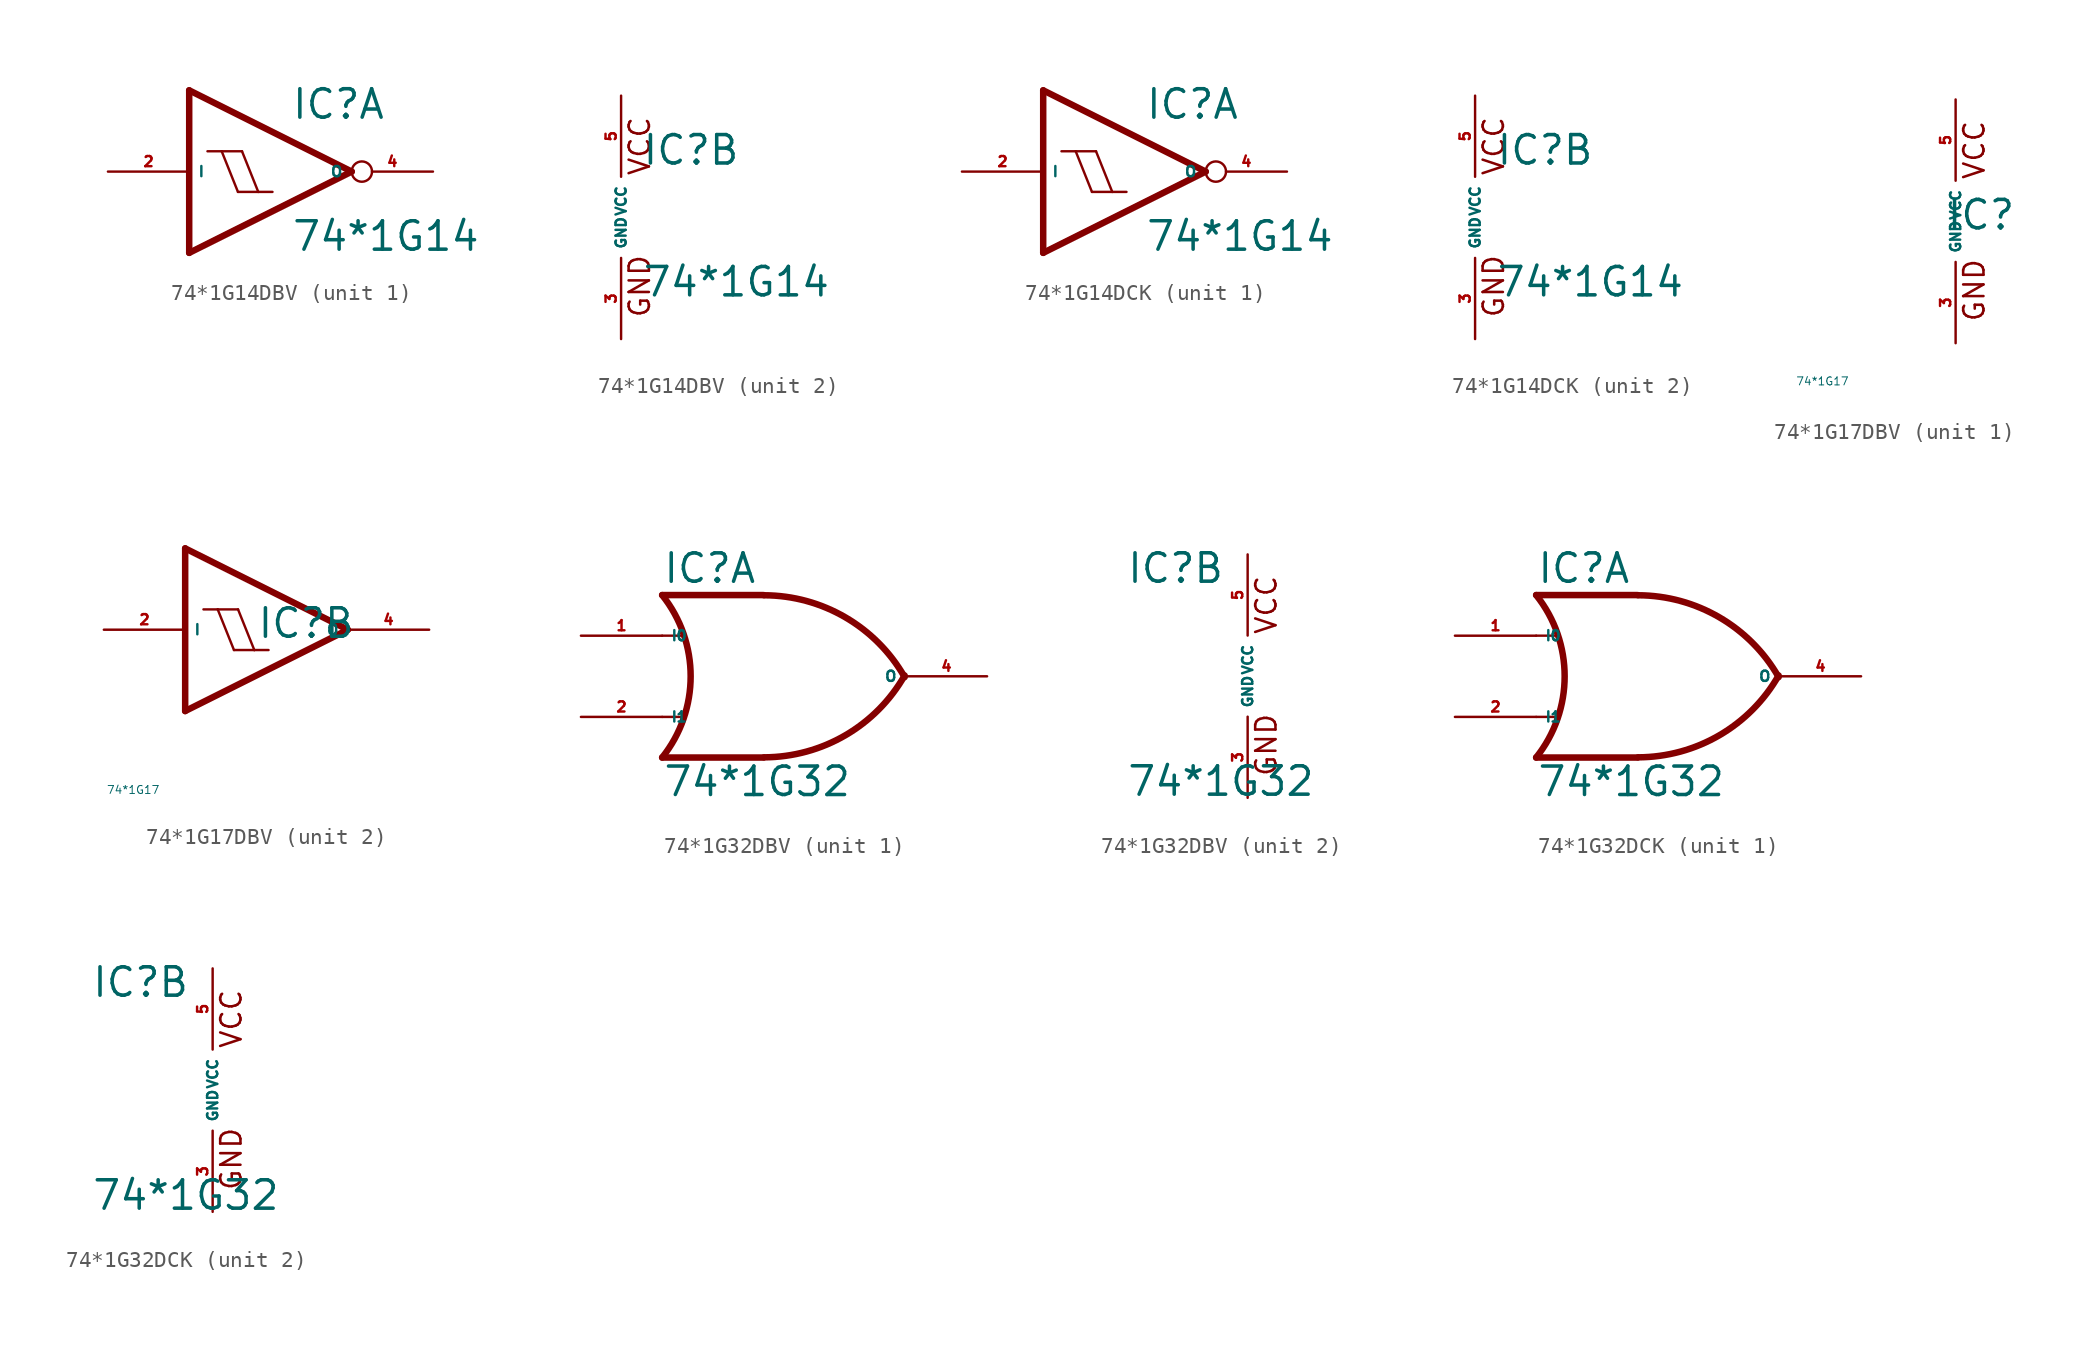
<source format=kicad_sym>
(kicad_symbol_lib
  (version 20220914)
  (generator Eagle2Kicad)
  (symbol "74*1G14DBV"
    (property "Reference" "IC"
      (at 1.27 3.175 0)
      (effects (font (size 1.778 1.778) (thickness 0.22)) (justify left bottom)))
    (property "Value" "74*1G14"
      (at 1.27 -5.08 0)
      (effects (font (size 1.778 1.778) (thickness 0.22)) (justify left bottom)))
    (symbol "74*1G14DBV_1_0"
      (polyline (pts (xy -5.08 5.08) (xy 5.08 0)) (stroke (width 0.406) (type default)) (fill (type none)))
      (polyline (pts (xy 5.08 0) (xy -5.08 -5.08)) (stroke (width 0.406) (type default)) (fill (type none)))
      (polyline (pts (xy -5.08 -5.08) (xy -5.08 5.08)) (stroke (width 0.406) (type default)) (fill (type none)))
      (polyline (pts (xy -0.762 -1.27) (xy -1.778 1.27)) (stroke (width 0.152) (type default)) (fill (type none)))
      (polyline (pts (xy -2.032 -1.27) (xy -3.048 1.27)) (stroke (width 0.152) (type default)) (fill (type none)))
      (polyline (pts (xy -2.032 -1.27) (xy -0.762 -1.27)) (stroke (width 0.152) (type default)) (fill (type none)))
      (polyline (pts (xy -0.762 -1.27) (xy 0.127 -1.27)) (stroke (width 0.152) (type default)) (fill (type none)))
      (polyline (pts (xy -3.937 1.27) (xy -3.048 1.27)) (stroke (width 0.152) (type default)) (fill (type none)))
      (polyline (pts (xy -3.048 1.27) (xy -1.778 1.27)) (stroke (width 0.152) (type default)) (fill (type none)))
      (pin input line (at -10.16 0 0) (length 5.08) (name "I" (effects (font (size 0.635 0.635) (thickness 0.08)) (justify left bottom))) (number "2" (effects (font (size 0.635 0.635) (thickness 0.08)) (justify left bottom))))
      (pin output inverted (at 10.16 0 180) (length 5.08) (name "O" (effects (font (size 0.635 0.635) (thickness 0.08)) (justify left bottom))) (number "4" (effects (font (size 0.635 0.635) (thickness 0.08)) (justify left bottom)))))
    (symbol "74*1G14DBV_2_0"
      (text "GND" (at 1.905 -6.35 900) (effects (font (size 1.27 1.27) (thickness 0.16)) (justify left bottom)))
      (text "VCC" (at 1.905 2.54 900) (effects (font (size 1.27 1.27) (thickness 0.16)) (justify left bottom)))
      (pin unspecified line (at 0 -7.62 90) (length 5.08) (name "GND" (effects (font (size 0.635 0.635) (thickness 0.08)) (justify left bottom))) (number "3" (effects (font (size 0.635 0.635) (thickness 0.08)) (justify left bottom))))
      (pin unspecified line (at 0 7.62 270) (length 5.08) (name "VCC" (effects (font (size 0.635 0.635) (thickness 0.08)) (justify left bottom))) (number "5" (effects (font (size 0.635 0.635) (thickness 0.08)) (justify left bottom))))))
  (symbol "74*1G14DCK"
    (property "Reference" "IC"
      (at 1.27 3.175 0)
      (effects (font (size 1.778 1.778) (thickness 0.22)) (justify left bottom)))
    (property "Value" "74*1G14"
      (at 1.27 -5.08 0)
      (effects (font (size 1.778 1.778) (thickness 0.22)) (justify left bottom)))
    (symbol "74*1G14DCK_1_0"
      (polyline (pts (xy -5.08 5.08) (xy 5.08 0)) (stroke (width 0.406) (type default)) (fill (type none)))
      (polyline (pts (xy 5.08 0) (xy -5.08 -5.08)) (stroke (width 0.406) (type default)) (fill (type none)))
      (polyline (pts (xy -5.08 -5.08) (xy -5.08 5.08)) (stroke (width 0.406) (type default)) (fill (type none)))
      (polyline (pts (xy -0.762 -1.27) (xy -1.778 1.27)) (stroke (width 0.152) (type default)) (fill (type none)))
      (polyline (pts (xy -2.032 -1.27) (xy -3.048 1.27)) (stroke (width 0.152) (type default)) (fill (type none)))
      (polyline (pts (xy -2.032 -1.27) (xy -0.762 -1.27)) (stroke (width 0.152) (type default)) (fill (type none)))
      (polyline (pts (xy -0.762 -1.27) (xy 0.127 -1.27)) (stroke (width 0.152) (type default)) (fill (type none)))
      (polyline (pts (xy -3.937 1.27) (xy -3.048 1.27)) (stroke (width 0.152) (type default)) (fill (type none)))
      (polyline (pts (xy -3.048 1.27) (xy -1.778 1.27)) (stroke (width 0.152) (type default)) (fill (type none)))
      (pin input line (at -10.16 0 0) (length 5.08) (name "I" (effects (font (size 0.635 0.635) (thickness 0.08)) (justify left bottom))) (number "2" (effects (font (size 0.635 0.635) (thickness 0.08)) (justify left bottom))))
      (pin output inverted (at 10.16 0 180) (length 5.08) (name "O" (effects (font (size 0.635 0.635) (thickness 0.08)) (justify left bottom))) (number "4" (effects (font (size 0.635 0.635) (thickness 0.08)) (justify left bottom)))))
    (symbol "74*1G14DCK_2_0"
      (text "GND" (at 1.905 -6.35 900) (effects (font (size 1.27 1.27) (thickness 0.16)) (justify left bottom)))
      (text "VCC" (at 1.905 2.54 900) (effects (font (size 1.27 1.27) (thickness 0.16)) (justify left bottom)))
      (pin unspecified line (at 0 -7.62 90) (length 5.08) (name "GND" (effects (font (size 0.635 0.635) (thickness 0.08)) (justify left bottom))) (number "3" (effects (font (size 0.635 0.635) (thickness 0.08)) (justify left bottom))))
      (pin unspecified line (at 0 7.62 270) (length 5.08) (name "VCC" (effects (font (size 0.635 0.635) (thickness 0.08)) (justify left bottom))) (number "5" (effects (font (size 0.635 0.635) (thickness 0.08)) (justify left bottom))))))
  (symbol "74*1G17DBV"
    (property "Reference" "IC"
      (at -0.635 -0.635 0)
      (effects (font (size 1.778 1.778) (thickness 0.22)) (justify left bottom)))
    (property "Value" "74*1G17"
      (at -10 -10 0)
      (effects (font (size 0.5 0.5) (thickness 0.06)) (justify left)))
    (symbol "74*1G17DBV_1_0"
      (text "GND" (at 1.905 -6.35 900) (effects (font (size 1.27 1.27) (thickness 0.16)) (justify left bottom)))
      (text "VCC" (at 1.905 2.54 900) (effects (font (size 1.27 1.27) (thickness 0.16)) (justify left bottom)))
      (pin unspecified line (at 0 -7.62 90) (length 5.08) (name "GND" (effects (font (size 0.635 0.635) (thickness 0.08)) (justify left bottom))) (number "3" (effects (font (size 0.635 0.635) (thickness 0.08)) (justify left bottom))))
      (pin unspecified line (at 0 7.62 270) (length 5.08) (name "VCC" (effects (font (size 0.635 0.635) (thickness 0.08)) (justify left bottom))) (number "5" (effects (font (size 0.635 0.635) (thickness 0.08)) (justify left bottom)))))
    (symbol "74*1G17DBV_2_0"
      (polyline (pts (xy -5.08 5.08) (xy 5.08 0)) (stroke (width 0.406) (type default)) (fill (type none)))
      (polyline (pts (xy 5.08 0) (xy -5.08 -5.08)) (stroke (width 0.406) (type default)) (fill (type none)))
      (polyline (pts (xy -5.08 -5.08) (xy -5.08 5.08)) (stroke (width 0.406) (type default)) (fill (type none)))
      (polyline (pts (xy -0.762 -1.27) (xy -1.778 1.27)) (stroke (width 0.152) (type default)) (fill (type none)))
      (polyline (pts (xy -2.032 -1.27) (xy -3.048 1.27)) (stroke (width 0.152) (type default)) (fill (type none)))
      (polyline (pts (xy -2.032 -1.27) (xy -0.762 -1.27)) (stroke (width 0.152) (type default)) (fill (type none)))
      (polyline (pts (xy -0.762 -1.27) (xy 0.127 -1.27)) (stroke (width 0.152) (type default)) (fill (type none)))
      (polyline (pts (xy -3.937 1.27) (xy -3.048 1.27)) (stroke (width 0.152) (type default)) (fill (type none)))
      (polyline (pts (xy -3.048 1.27) (xy -1.778 1.27)) (stroke (width 0.152) (type default)) (fill (type none)))
      (pin input line (at -10.16 0 0) (length 5.08) (name "I" (effects (font (size 0.635 0.635) (thickness 0.08)) (justify left bottom))) (number "2" (effects (font (size 0.635 0.635) (thickness 0.08)) (justify left bottom))))
      (pin output line (at 10.16 0 180) (length 5.08) (name "O" (effects (font (size 0.635 0.635) (thickness 0.08)) (justify left bottom))) (number "4" (effects (font (size 0.635 0.635) (thickness 0.08)) (justify left bottom))))))
  (symbol "74*1G32DBV"
    (property "Reference" "IC"
      (at -7.62 5.715 0)
      (effects (font (size 1.778 1.778) (thickness 0.22)) (justify left bottom)))
    (property "Value" "74*1G32"
      (at -7.62 -7.62 0)
      (effects (font (size 1.778 1.778) (thickness 0.22)) (justify left bottom)))
    (symbol "74*1G32DBV_1_0"
      (polyline (pts (xy -1.27 5.08) (xy -7.62 5.08)) (stroke (width 0.406) (type default)) (fill (type none)))
      (polyline (pts (xy -1.27 -5.08) (xy -7.62 -5.08)) (stroke (width 0.406) (type default)) (fill (type none)))
      (polyline (pts (xy -7.62 2.54) (xy -6.35 2.54)) (stroke (width 0.152) (type default)) (fill (type none)))
      (polyline (pts (xy -7.62 -2.54) (xy -6.35 -2.54)) (stroke (width 0.152) (type default)) (fill (type none)))
      (arc (start -1.2446 -5.0678) (mid 3.837 -3.689) (end 7.5439 0.0507) (stroke (width 0.4064) (type default)) (fill (type none)))
      (arc (start 7.5442 -0.0505) (mid 3.837 3.689) (end -1.2446 5.0678) (stroke (width 0.4064) (type default)) (fill (type none)))
      (arc (start -7.62 -5.08) (mid -5.838 0.000) (end -7.62 5.08) (stroke (width 0.4064) (type default)) (fill (type none)))
      (pin input line (at -12.7 2.54 0) (length 5.08) (name "I0" (effects (font (size 0.635 0.635) (thickness 0.08)) (justify left bottom))) (number "1" (effects (font (size 0.635 0.635) (thickness 0.08)) (justify left bottom))))
      (pin input line (at -12.7 -2.54 0) (length 5.08) (name "I1" (effects (font (size 0.635 0.635) (thickness 0.08)) (justify left bottom))) (number "2" (effects (font (size 0.635 0.635) (thickness 0.08)) (justify left bottom))))
      (pin output line (at 12.7 0 180) (length 5.08) (name "O" (effects (font (size 0.635 0.635) (thickness 0.08)) (justify left bottom))) (number "4" (effects (font (size 0.635 0.635) (thickness 0.08)) (justify left bottom)))))
    (symbol "74*1G32DBV_2_0"
      (text "GND" (at 1.905 -6.35 900) (effects (font (size 1.27 1.27) (thickness 0.16)) (justify left bottom)))
      (text "VCC" (at 1.905 2.54 900) (effects (font (size 1.27 1.27) (thickness 0.16)) (justify left bottom)))
      (pin unspecified line (at 0 -7.62 90) (length 5.08) (name "GND" (effects (font (size 0.635 0.635) (thickness 0.08)) (justify left bottom))) (number "3" (effects (font (size 0.635 0.635) (thickness 0.08)) (justify left bottom))))
      (pin unspecified line (at 0 7.62 270) (length 5.08) (name "VCC" (effects (font (size 0.635 0.635) (thickness 0.08)) (justify left bottom))) (number "5" (effects (font (size 0.635 0.635) (thickness 0.08)) (justify left bottom))))))
  (symbol "74*1G32DCK"
    (property "Reference" "IC"
      (at -7.62 5.715 0)
      (effects (font (size 1.778 1.778) (thickness 0.22)) (justify left bottom)))
    (property "Value" "74*1G32"
      (at -7.62 -7.62 0)
      (effects (font (size 1.778 1.778) (thickness 0.22)) (justify left bottom)))
    (symbol "74*1G32DCK_1_0"
      (polyline (pts (xy -1.27 5.08) (xy -7.62 5.08)) (stroke (width 0.406) (type default)) (fill (type none)))
      (polyline (pts (xy -1.27 -5.08) (xy -7.62 -5.08)) (stroke (width 0.406) (type default)) (fill (type none)))
      (polyline (pts (xy -7.62 2.54) (xy -6.35 2.54)) (stroke (width 0.152) (type default)) (fill (type none)))
      (polyline (pts (xy -7.62 -2.54) (xy -6.35 -2.54)) (stroke (width 0.152) (type default)) (fill (type none)))
      (arc (start -1.2446 -5.0678) (mid 3.837 -3.689) (end 7.5439 0.0507) (stroke (width 0.4064) (type default)) (fill (type none)))
      (arc (start 7.5442 -0.0505) (mid 3.837 3.689) (end -1.2446 5.0678) (stroke (width 0.4064) (type default)) (fill (type none)))
      (arc (start -7.62 -5.08) (mid -5.838 0.000) (end -7.62 5.08) (stroke (width 0.4064) (type default)) (fill (type none)))
      (pin input line (at -12.7 2.54 0) (length 5.08) (name "I0" (effects (font (size 0.635 0.635) (thickness 0.08)) (justify left bottom))) (number "1" (effects (font (size 0.635 0.635) (thickness 0.08)) (justify left bottom))))
      (pin input line (at -12.7 -2.54 0) (length 5.08) (name "I1" (effects (font (size 0.635 0.635) (thickness 0.08)) (justify left bottom))) (number "2" (effects (font (size 0.635 0.635) (thickness 0.08)) (justify left bottom))))
      (pin output line (at 12.7 0 180) (length 5.08) (name "O" (effects (font (size 0.635 0.635) (thickness 0.08)) (justify left bottom))) (number "4" (effects (font (size 0.635 0.635) (thickness 0.08)) (justify left bottom)))))
    (symbol "74*1G32DCK_2_0"
      (text "GND" (at 1.905 -6.35 900) (effects (font (size 1.27 1.27) (thickness 0.16)) (justify left bottom)))
      (text "VCC" (at 1.905 2.54 900) (effects (font (size 1.27 1.27) (thickness 0.16)) (justify left bottom)))
      (pin unspecified line (at 0 -7.62 90) (length 5.08) (name "GND" (effects (font (size 0.635 0.635) (thickness 0.08)) (justify left bottom))) (number "3" (effects (font (size 0.635 0.635) (thickness 0.08)) (justify left bottom))))
      (pin unspecified line (at 0 7.62 270) (length 5.08) (name "VCC" (effects (font (size 0.635 0.635) (thickness 0.08)) (justify left bottom))) (number "5" (effects (font (size 0.635 0.635) (thickness 0.08)) (justify left bottom)))))))
</source>
